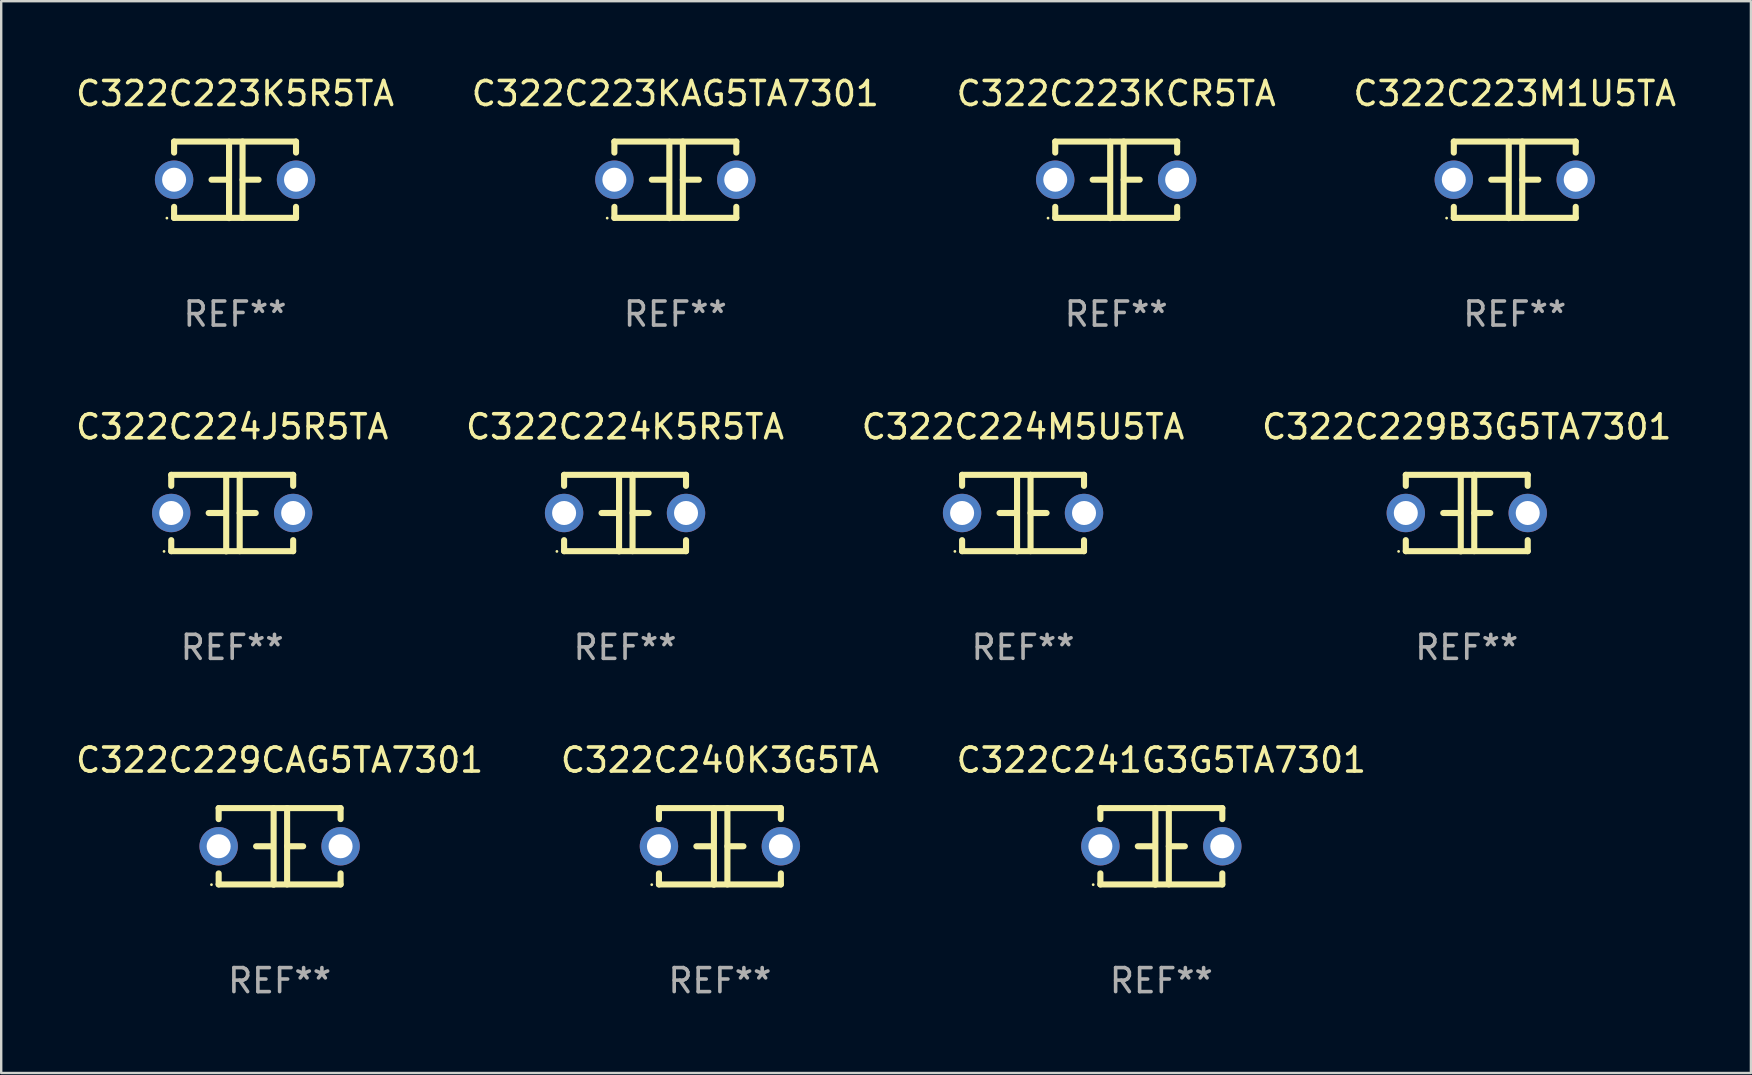
<source format=kicad_pcb>
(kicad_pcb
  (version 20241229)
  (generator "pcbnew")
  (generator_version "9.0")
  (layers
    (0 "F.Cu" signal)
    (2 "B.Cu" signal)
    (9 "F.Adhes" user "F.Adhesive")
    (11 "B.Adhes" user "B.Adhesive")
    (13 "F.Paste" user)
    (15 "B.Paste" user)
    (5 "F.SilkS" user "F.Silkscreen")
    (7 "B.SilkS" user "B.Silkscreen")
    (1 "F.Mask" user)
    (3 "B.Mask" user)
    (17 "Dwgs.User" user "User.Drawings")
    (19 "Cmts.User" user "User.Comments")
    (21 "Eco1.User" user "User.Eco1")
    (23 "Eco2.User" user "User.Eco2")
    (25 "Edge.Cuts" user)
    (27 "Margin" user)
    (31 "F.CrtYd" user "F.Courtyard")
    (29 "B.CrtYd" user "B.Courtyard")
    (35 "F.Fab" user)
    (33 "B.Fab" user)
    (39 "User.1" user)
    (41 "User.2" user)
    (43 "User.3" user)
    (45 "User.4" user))
  (footprint "C322C224M5U5TA"
    (layer "F.Cu")
    (at 39.577 18.33)
    (property "Reference" "C322C224M5U5TA" (at 0 -3.595 0) (layer "F.SilkS") (effects (font (size 1 1) (thickness 0.15))))
    (attr through_hole)
    (fp_line (start -2.54 -1.595) (end -2.54 -1.136) (stroke (width 0.254) (type solid)) (layer "F.SilkS"))
    (fp_line (start -2.54 -1.595) (end 2.54 -1.595) (stroke (width 0.254) (type solid)) (layer "F.SilkS"))
    (fp_line (start -2.54 1.126) (end -2.54 1.585) (stroke (width 0.254) (type solid)) (layer "F.SilkS"))
    (fp_line (start -0.312 -0.005) (end -0.98 -0.005) (stroke (width 0.254) (type solid)) (layer "F.SilkS"))
    (fp_line (start -0.25 -1.585) (end -0.25 1.595) (stroke (width 0.254) (type solid)) (layer "F.SilkS"))
    (fp_line (start 0.312 -1.595) (end 0.312 1.585) (stroke (width 0.254) (type solid)) (layer "F.SilkS"))
    (fp_line (start 0.312 -0.005) (end 0.98 -0.005) (stroke (width 0.254) (type solid)) (layer "F.SilkS"))
    (fp_line (start 2.54 -1.595) (end 2.54 -1.136) (stroke (width 0.254) (type solid)) (layer "F.SilkS"))
    (fp_line (start 2.54 1.126) (end 2.54 1.585) (stroke (width 0.254) (type solid)) (layer "F.SilkS"))
    (fp_line (start 2.54 1.585) (end -2.54 1.585) (stroke (width 0.254) (type solid)) (layer "F.SilkS"))
    (fp_circle (center -2.84 1.595) (end -2.81 1.595) (stroke (width 0.06) (type solid)) (fill no) (layer "F.SilkS"))
    (fp_text user "REF**" (at 0 5.595 0) (layer "F.Fab") (effects (font (size 1 1) (thickness 0.15))))
    (pad "1" thru_hole circle (at -2.54 -0.005) (size 1.6 1.6) (drill 1) (layers "*.Cu" "*.Mask"))
    (pad "2" thru_hole circle (at 2.54 -0.005) (size 1.6 1.6) (drill 1) (layers "*.Cu" "*.Mask")))
  (footprint "C322C240K3G5TA"
    (layer "F.Cu")
    (at 26.946 32.216)
    (property "Reference" "C322C240K3G5TA" (at 0 -3.595 0) (layer "F.SilkS") (effects (font (size 1 1) (thickness 0.15))))
    (attr through_hole)
    (fp_line (start -2.54 -1.595) (end -2.54 -1.136) (stroke (width 0.254) (type solid)) (layer "F.SilkS"))
    (fp_line (start -2.54 -1.595) (end 2.54 -1.595) (stroke (width 0.254) (type solid)) (layer "F.SilkS"))
    (fp_line (start -2.54 1.126) (end -2.54 1.585) (stroke (width 0.254) (type solid)) (layer "F.SilkS"))
    (fp_line (start -0.312 -0.005) (end -0.98 -0.005) (stroke (width 0.254) (type solid)) (layer "F.SilkS"))
    (fp_line (start -0.25 -1.585) (end -0.25 1.595) (stroke (width 0.254) (type solid)) (layer "F.SilkS"))
    (fp_line (start 0.312 -1.595) (end 0.312 1.585) (stroke (width 0.254) (type solid)) (layer "F.SilkS"))
    (fp_line (start 0.312 -0.005) (end 0.98 -0.005) (stroke (width 0.254) (type solid)) (layer "F.SilkS"))
    (fp_line (start 2.54 -1.595) (end 2.54 -1.136) (stroke (width 0.254) (type solid)) (layer "F.SilkS"))
    (fp_line (start 2.54 1.126) (end 2.54 1.585) (stroke (width 0.254) (type solid)) (layer "F.SilkS"))
    (fp_line (start 2.54 1.585) (end -2.54 1.585) (stroke (width 0.254) (type solid)) (layer "F.SilkS"))
    (fp_circle (center -2.84 1.595) (end -2.81 1.595) (stroke (width 0.06) (type solid)) (fill no) (layer "F.SilkS"))
    (fp_text user "REF**" (at 0 5.595 0) (layer "F.Fab") (effects (font (size 1 1) (thickness 0.15))))
    (pad "1" thru_hole circle (at -2.54 -0.005) (size 1.6 1.6) (drill 1) (layers "*.Cu" "*.Mask"))
    (pad "2" thru_hole circle (at 2.54 -0.005) (size 1.6 1.6) (drill 1) (layers "*.Cu" "*.Mask")))
  (footprint "C322C224J5R5TA"
    (layer "F.Cu")
    (at 6.625 18.33)
    (property "Reference" "C322C224J5R5TA" (at 0 -3.595 0) (layer "F.SilkS") (effects (font (size 1 1) (thickness 0.15))))
    (attr through_hole)
    (fp_line (start -2.54 -1.595) (end -2.54 -1.136) (stroke (width 0.254) (type solid)) (layer "F.SilkS"))
    (fp_line (start -2.54 -1.595) (end 2.54 -1.595) (stroke (width 0.254) (type solid)) (layer "F.SilkS"))
    (fp_line (start -2.54 1.126) (end -2.54 1.585) (stroke (width 0.254) (type solid)) (layer "F.SilkS"))
    (fp_line (start -0.312 -0.005) (end -0.98 -0.005) (stroke (width 0.254) (type solid)) (layer "F.SilkS"))
    (fp_line (start -0.25 -1.585) (end -0.25 1.595) (stroke (width 0.254) (type solid)) (layer "F.SilkS"))
    (fp_line (start 0.312 -1.595) (end 0.312 1.585) (stroke (width 0.254) (type solid)) (layer "F.SilkS"))
    (fp_line (start 0.312 -0.005) (end 0.98 -0.005) (stroke (width 0.254) (type solid)) (layer "F.SilkS"))
    (fp_line (start 2.54 -1.595) (end 2.54 -1.136) (stroke (width 0.254) (type solid)) (layer "F.SilkS"))
    (fp_line (start 2.54 1.126) (end 2.54 1.585) (stroke (width 0.254) (type solid)) (layer "F.SilkS"))
    (fp_line (start 2.54 1.585) (end -2.54 1.585) (stroke (width 0.254) (type solid)) (layer "F.SilkS"))
    (fp_circle (center -2.84 1.595) (end -2.81 1.595) (stroke (width 0.06) (type solid)) (fill no) (layer "F.SilkS"))
    (fp_text user "REF**" (at 0 5.595 0) (layer "F.Fab") (effects (font (size 1 1) (thickness 0.15))))
    (pad "1" thru_hole circle (at -2.54 -0.005) (size 1.6 1.6) (drill 1) (layers "*.Cu" "*.Mask"))
    (pad "2" thru_hole circle (at 2.54 -0.005) (size 1.6 1.6) (drill 1) (layers "*.Cu" "*.Mask")))
  (footprint "C322C224K5R5TA"
    (layer "F.Cu")
    (at 22.994 18.33)
    (property "Reference" "C322C224K5R5TA" (at 0 -3.595 0) (layer "F.SilkS") (effects (font (size 1 1) (thickness 0.15))))
    (attr through_hole)
    (fp_line (start -2.54 -1.595) (end -2.54 -1.136) (stroke (width 0.254) (type solid)) (layer "F.SilkS"))
    (fp_line (start -2.54 -1.595) (end 2.54 -1.595) (stroke (width 0.254) (type solid)) (layer "F.SilkS"))
    (fp_line (start -2.54 1.126) (end -2.54 1.585) (stroke (width 0.254) (type solid)) (layer "F.SilkS"))
    (fp_line (start -0.312 -0.005) (end -0.98 -0.005) (stroke (width 0.254) (type solid)) (layer "F.SilkS"))
    (fp_line (start -0.25 -1.585) (end -0.25 1.595) (stroke (width 0.254) (type solid)) (layer "F.SilkS"))
    (fp_line (start 0.312 -1.595) (end 0.312 1.585) (stroke (width 0.254) (type solid)) (layer "F.SilkS"))
    (fp_line (start 0.312 -0.005) (end 0.98 -0.005) (stroke (width 0.254) (type solid)) (layer "F.SilkS"))
    (fp_line (start 2.54 -1.595) (end 2.54 -1.136) (stroke (width 0.254) (type solid)) (layer "F.SilkS"))
    (fp_line (start 2.54 1.126) (end 2.54 1.585) (stroke (width 0.254) (type solid)) (layer "F.SilkS"))
    (fp_line (start 2.54 1.585) (end -2.54 1.585) (stroke (width 0.254) (type solid)) (layer "F.SilkS"))
    (fp_circle (center -2.84 1.595) (end -2.81 1.595) (stroke (width 0.06) (type solid)) (fill no) (layer "F.SilkS"))
    (fp_text user "REF**" (at 0 5.595 0) (layer "F.Fab") (effects (font (size 1 1) (thickness 0.15))))
    (pad "1" thru_hole circle (at -2.54 -0.005) (size 1.6 1.6) (drill 1) (layers "*.Cu" "*.Mask"))
    (pad "2" thru_hole circle (at 2.54 -0.005) (size 1.6 1.6) (drill 1) (layers "*.Cu" "*.Mask")))
  (footprint "C322C229CAG5TA7301"
    (layer "F.Cu")
    (at 8.601 32.216)
    (property "Reference" "C322C229CAG5TA7301" (at 0 -3.595 0) (layer "F.SilkS") (effects (font (size 1 1) (thickness 0.15))))
    (attr through_hole)
    (fp_line (start -2.54 -1.595) (end -2.54 -1.136) (stroke (width 0.254) (type solid)) (layer "F.SilkS"))
    (fp_line (start -2.54 -1.595) (end 2.54 -1.595) (stroke (width 0.254) (type solid)) (layer "F.SilkS"))
    (fp_line (start -2.54 1.126) (end -2.54 1.585) (stroke (width 0.254) (type solid)) (layer "F.SilkS"))
    (fp_line (start -0.312 -0.005) (end -0.98 -0.005) (stroke (width 0.254) (type solid)) (layer "F.SilkS"))
    (fp_line (start -0.25 -1.585) (end -0.25 1.595) (stroke (width 0.254) (type solid)) (layer "F.SilkS"))
    (fp_line (start 0.312 -1.595) (end 0.312 1.585) (stroke (width 0.254) (type solid)) (layer "F.SilkS"))
    (fp_line (start 0.312 -0.005) (end 0.98 -0.005) (stroke (width 0.254) (type solid)) (layer "F.SilkS"))
    (fp_line (start 2.54 -1.595) (end 2.54 -1.136) (stroke (width 0.254) (type solid)) (layer "F.SilkS"))
    (fp_line (start 2.54 1.126) (end 2.54 1.585) (stroke (width 0.254) (type solid)) (layer "F.SilkS"))
    (fp_line (start 2.54 1.585) (end -2.54 1.585) (stroke (width 0.254) (type solid)) (layer "F.SilkS"))
    (fp_circle (center -2.84 1.595) (end -2.81 1.595) (stroke (width 0.06) (type solid)) (fill no) (layer "F.SilkS"))
    (fp_text user "REF**" (at 0 5.595 0) (layer "F.Fab") (effects (font (size 1 1) (thickness 0.15))))
    (pad "1" thru_hole circle (at -2.54 -0.005) (size 1.6 1.6) (drill 1) (layers "*.Cu" "*.Mask"))
    (pad "2" thru_hole circle (at 2.54 -0.005) (size 1.6 1.6) (drill 1) (layers "*.Cu" "*.Mask")))
  (footprint "C322C223M1U5TA"
    (layer "F.Cu")
    (at 60.065 4.443)
    (property "Reference" "C322C223M1U5TA" (at 0 -3.595 0) (layer "F.SilkS") (effects (font (size 1 1) (thickness 0.15))))
    (attr through_hole)
    (fp_line (start -2.54 -1.595) (end -2.54 -1.136) (stroke (width 0.254) (type solid)) (layer "F.SilkS"))
    (fp_line (start -2.54 -1.595) (end 2.54 -1.595) (stroke (width 0.254) (type solid)) (layer "F.SilkS"))
    (fp_line (start -2.54 1.126) (end -2.54 1.585) (stroke (width 0.254) (type solid)) (layer "F.SilkS"))
    (fp_line (start -0.312 -0.005) (end -0.98 -0.005) (stroke (width 0.254) (type solid)) (layer "F.SilkS"))
    (fp_line (start -0.25 -1.585) (end -0.25 1.595) (stroke (width 0.254) (type solid)) (layer "F.SilkS"))
    (fp_line (start 0.312 -1.595) (end 0.312 1.585) (stroke (width 0.254) (type solid)) (layer "F.SilkS"))
    (fp_line (start 0.312 -0.005) (end 0.98 -0.005) (stroke (width 0.254) (type solid)) (layer "F.SilkS"))
    (fp_line (start 2.54 -1.595) (end 2.54 -1.136) (stroke (width 0.254) (type solid)) (layer "F.SilkS"))
    (fp_line (start 2.54 1.126) (end 2.54 1.585) (stroke (width 0.254) (type solid)) (layer "F.SilkS"))
    (fp_line (start 2.54 1.585) (end -2.54 1.585) (stroke (width 0.254) (type solid)) (layer "F.SilkS"))
    (fp_circle (center -2.84 1.595) (end -2.81 1.595) (stroke (width 0.06) (type solid)) (fill no) (layer "F.SilkS"))
    (fp_text user "REF**" (at 0 5.595 0) (layer "F.Fab") (effects (font (size 1 1) (thickness 0.15))))
    (pad "1" thru_hole circle (at -2.54 -0.005) (size 1.6 1.6) (drill 1) (layers "*.Cu" "*.Mask"))
    (pad "2" thru_hole circle (at 2.54 -0.005) (size 1.6 1.6) (drill 1) (layers "*.Cu" "*.Mask")))
  (footprint "C322C223KAG5TA7301"
    (layer "F.Cu")
    (at 25.089 4.443)
    (property "Reference" "C322C223KAG5TA7301" (at 0 -3.595 0) (layer "F.SilkS") (effects (font (size 1 1) (thickness 0.15))))
    (attr through_hole)
    (fp_line (start -2.54 -1.595) (end -2.54 -1.136) (stroke (width 0.254) (type solid)) (layer "F.SilkS"))
    (fp_line (start -2.54 -1.595) (end 2.54 -1.595) (stroke (width 0.254) (type solid)) (layer "F.SilkS"))
    (fp_line (start -2.54 1.126) (end -2.54 1.585) (stroke (width 0.254) (type solid)) (layer "F.SilkS"))
    (fp_line (start -0.312 -0.005) (end -0.98 -0.005) (stroke (width 0.254) (type solid)) (layer "F.SilkS"))
    (fp_line (start -0.25 -1.585) (end -0.25 1.595) (stroke (width 0.254) (type solid)) (layer "F.SilkS"))
    (fp_line (start 0.312 -1.595) (end 0.312 1.585) (stroke (width 0.254) (type solid)) (layer "F.SilkS"))
    (fp_line (start 0.312 -0.005) (end 0.98 -0.005) (stroke (width 0.254) (type solid)) (layer "F.SilkS"))
    (fp_line (start 2.54 -1.595) (end 2.54 -1.136) (stroke (width 0.254) (type solid)) (layer "F.SilkS"))
    (fp_line (start 2.54 1.126) (end 2.54 1.585) (stroke (width 0.254) (type solid)) (layer "F.SilkS"))
    (fp_line (start 2.54 1.585) (end -2.54 1.585) (stroke (width 0.254) (type solid)) (layer "F.SilkS"))
    (fp_circle (center -2.84 1.595) (end -2.81 1.595) (stroke (width 0.06) (type solid)) (fill no) (layer "F.SilkS"))
    (fp_text user "REF**" (at 0 5.595 0) (layer "F.Fab") (effects (font (size 1 1) (thickness 0.15))))
    (pad "1" thru_hole circle (at -2.54 -0.005) (size 1.6 1.6) (drill 1) (layers "*.Cu" "*.Mask"))
    (pad "2" thru_hole circle (at 2.54 -0.005) (size 1.6 1.6) (drill 1) (layers "*.Cu" "*.Mask")))
  (footprint "C322C229B3G5TA7301"
    (layer "F.Cu")
    (at 58.065 18.33)
    (property "Reference" "C322C229B3G5TA7301" (at 0 -3.595 0) (layer "F.SilkS") (effects (font (size 1 1) (thickness 0.15))))
    (attr through_hole)
    (fp_line (start -2.54 -1.595) (end -2.54 -1.136) (stroke (width 0.254) (type solid)) (layer "F.SilkS"))
    (fp_line (start -2.54 -1.595) (end 2.54 -1.595) (stroke (width 0.254) (type solid)) (layer "F.SilkS"))
    (fp_line (start -2.54 1.126) (end -2.54 1.585) (stroke (width 0.254) (type solid)) (layer "F.SilkS"))
    (fp_line (start -0.312 -0.005) (end -0.98 -0.005) (stroke (width 0.254) (type solid)) (layer "F.SilkS"))
    (fp_line (start -0.25 -1.585) (end -0.25 1.595) (stroke (width 0.254) (type solid)) (layer "F.SilkS"))
    (fp_line (start 0.312 -1.595) (end 0.312 1.585) (stroke (width 0.254) (type solid)) (layer "F.SilkS"))
    (fp_line (start 0.312 -0.005) (end 0.98 -0.005) (stroke (width 0.254) (type solid)) (layer "F.SilkS"))
    (fp_line (start 2.54 -1.595) (end 2.54 -1.136) (stroke (width 0.254) (type solid)) (layer "F.SilkS"))
    (fp_line (start 2.54 1.126) (end 2.54 1.585) (stroke (width 0.254) (type solid)) (layer "F.SilkS"))
    (fp_line (start 2.54 1.585) (end -2.54 1.585) (stroke (width 0.254) (type solid)) (layer "F.SilkS"))
    (fp_circle (center -2.84 1.595) (end -2.81 1.595) (stroke (width 0.06) (type solid)) (fill no) (layer "F.SilkS"))
    (fp_text user "REF**" (at 0 5.595 0) (layer "F.Fab") (effects (font (size 1 1) (thickness 0.15))))
    (pad "1" thru_hole circle (at -2.54 -0.005) (size 1.6 1.6) (drill 1) (layers "*.Cu" "*.Mask"))
    (pad "2" thru_hole circle (at 2.54 -0.005) (size 1.6 1.6) (drill 1) (layers "*.Cu" "*.Mask")))
  (footprint "C322C223K5R5TA"
    (layer "F.Cu")
    (at 6.744 4.443)
    (property "Reference" "C322C223K5R5TA" (at 0 -3.595 0) (layer "F.SilkS") (effects (font (size 1 1) (thickness 0.15))))
    (attr through_hole)
    (fp_line (start -2.54 -1.595) (end -2.54 -1.136) (stroke (width 0.254) (type solid)) (layer "F.SilkS"))
    (fp_line (start -2.54 -1.595) (end 2.54 -1.595) (stroke (width 0.254) (type solid)) (layer "F.SilkS"))
    (fp_line (start -2.54 1.126) (end -2.54 1.585) (stroke (width 0.254) (type solid)) (layer "F.SilkS"))
    (fp_line (start -0.312 -0.005) (end -0.98 -0.005) (stroke (width 0.254) (type solid)) (layer "F.SilkS"))
    (fp_line (start -0.25 -1.585) (end -0.25 1.595) (stroke (width 0.254) (type solid)) (layer "F.SilkS"))
    (fp_line (start 0.312 -1.595) (end 0.312 1.585) (stroke (width 0.254) (type solid)) (layer "F.SilkS"))
    (fp_line (start 0.312 -0.005) (end 0.98 -0.005) (stroke (width 0.254) (type solid)) (layer "F.SilkS"))
    (fp_line (start 2.54 -1.595) (end 2.54 -1.136) (stroke (width 0.254) (type solid)) (layer "F.SilkS"))
    (fp_line (start 2.54 1.126) (end 2.54 1.585) (stroke (width 0.254) (type solid)) (layer "F.SilkS"))
    (fp_line (start 2.54 1.585) (end -2.54 1.585) (stroke (width 0.254) (type solid)) (layer "F.SilkS"))
    (fp_circle (center -2.84 1.595) (end -2.81 1.595) (stroke (width 0.06) (type solid)) (fill no) (layer "F.SilkS"))
    (fp_text user "REF**" (at 0 5.595 0) (layer "F.Fab") (effects (font (size 1 1) (thickness 0.15))))
    (pad "1" thru_hole circle (at -2.54 -0.005) (size 1.6 1.6) (drill 1) (layers "*.Cu" "*.Mask"))
    (pad "2" thru_hole circle (at 2.54 -0.005) (size 1.6 1.6) (drill 1) (layers "*.Cu" "*.Mask")))
  (footprint "C322C223KCR5TA"
    (layer "F.Cu")
    (at 43.458 4.443)
    (property "Reference" "C322C223KCR5TA" (at 0 -3.595 0) (layer "F.SilkS") (effects (font (size 1 1) (thickness 0.15))))
    (attr through_hole)
    (fp_line (start -2.54 -1.595) (end -2.54 -1.136) (stroke (width 0.254) (type solid)) (layer "F.SilkS"))
    (fp_line (start -2.54 -1.595) (end 2.54 -1.595) (stroke (width 0.254) (type solid)) (layer "F.SilkS"))
    (fp_line (start -2.54 1.126) (end -2.54 1.585) (stroke (width 0.254) (type solid)) (layer "F.SilkS"))
    (fp_line (start -0.312 -0.005) (end -0.98 -0.005) (stroke (width 0.254) (type solid)) (layer "F.SilkS"))
    (fp_line (start -0.25 -1.585) (end -0.25 1.595) (stroke (width 0.254) (type solid)) (layer "F.SilkS"))
    (fp_line (start 0.312 -1.595) (end 0.312 1.585) (stroke (width 0.254) (type solid)) (layer "F.SilkS"))
    (fp_line (start 0.312 -0.005) (end 0.98 -0.005) (stroke (width 0.254) (type solid)) (layer "F.SilkS"))
    (fp_line (start 2.54 -1.595) (end 2.54 -1.136) (stroke (width 0.254) (type solid)) (layer "F.SilkS"))
    (fp_line (start 2.54 1.126) (end 2.54 1.585) (stroke (width 0.254) (type solid)) (layer "F.SilkS"))
    (fp_line (start 2.54 1.585) (end -2.54 1.585) (stroke (width 0.254) (type solid)) (layer "F.SilkS"))
    (fp_circle (center -2.84 1.595) (end -2.81 1.595) (stroke (width 0.06) (type solid)) (fill no) (layer "F.SilkS"))
    (fp_text user "REF**" (at 0 5.595 0) (layer "F.Fab") (effects (font (size 1 1) (thickness 0.15))))
    (pad "1" thru_hole circle (at -2.54 -0.005) (size 1.6 1.6) (drill 1) (layers "*.Cu" "*.Mask"))
    (pad "2" thru_hole circle (at 2.54 -0.005) (size 1.6 1.6) (drill 1) (layers "*.Cu" "*.Mask")))
  (footprint "C322C241G3G5TA7301"
    (layer "F.Cu")
    (at 45.339 32.216)
    (property "Reference" "C322C241G3G5TA7301" (at 0 -3.595 0) (layer "F.SilkS") (effects (font (size 1 1) (thickness 0.15))))
    (attr through_hole)
    (fp_line (start -2.54 -1.595) (end -2.54 -1.136) (stroke (width 0.254) (type solid)) (layer "F.SilkS"))
    (fp_line (start -2.54 -1.595) (end 2.54 -1.595) (stroke (width 0.254) (type solid)) (layer "F.SilkS"))
    (fp_line (start -2.54 1.126) (end -2.54 1.585) (stroke (width 0.254) (type solid)) (layer "F.SilkS"))
    (fp_line (start -0.312 -0.005) (end -0.98 -0.005) (stroke (width 0.254) (type solid)) (layer "F.SilkS"))
    (fp_line (start -0.25 -1.585) (end -0.25 1.595) (stroke (width 0.254) (type solid)) (layer "F.SilkS"))
    (fp_line (start 0.312 -1.595) (end 0.312 1.585) (stroke (width 0.254) (type solid)) (layer "F.SilkS"))
    (fp_line (start 0.312 -0.005) (end 0.98 -0.005) (stroke (width 0.254) (type solid)) (layer "F.SilkS"))
    (fp_line (start 2.54 -1.595) (end 2.54 -1.136) (stroke (width 0.254) (type solid)) (layer "F.SilkS"))
    (fp_line (start 2.54 1.126) (end 2.54 1.585) (stroke (width 0.254) (type solid)) (layer "F.SilkS"))
    (fp_line (start 2.54 1.585) (end -2.54 1.585) (stroke (width 0.254) (type solid)) (layer "F.SilkS"))
    (fp_circle (center -2.84 1.595) (end -2.81 1.595) (stroke (width 0.06) (type solid)) (fill no) (layer "F.SilkS"))
    (fp_text user "REF**" (at 0 5.595 0) (layer "F.Fab") (effects (font (size 1 1) (thickness 0.15))))
    (pad "1" thru_hole circle (at -2.54 -0.005) (size 1.6 1.6) (drill 1) (layers "*.Cu" "*.Mask"))
    (pad "2" thru_hole circle (at 2.54 -0.005) (size 1.6 1.6) (drill 1) (layers "*.Cu" "*.Mask")))
  (gr_rect
    (start -3 -3)
    (end 69.905 41.659)
    (stroke (width 0.1) (type default))
    (fill no)
    (layer "Edge.Cuts")))
</source>
